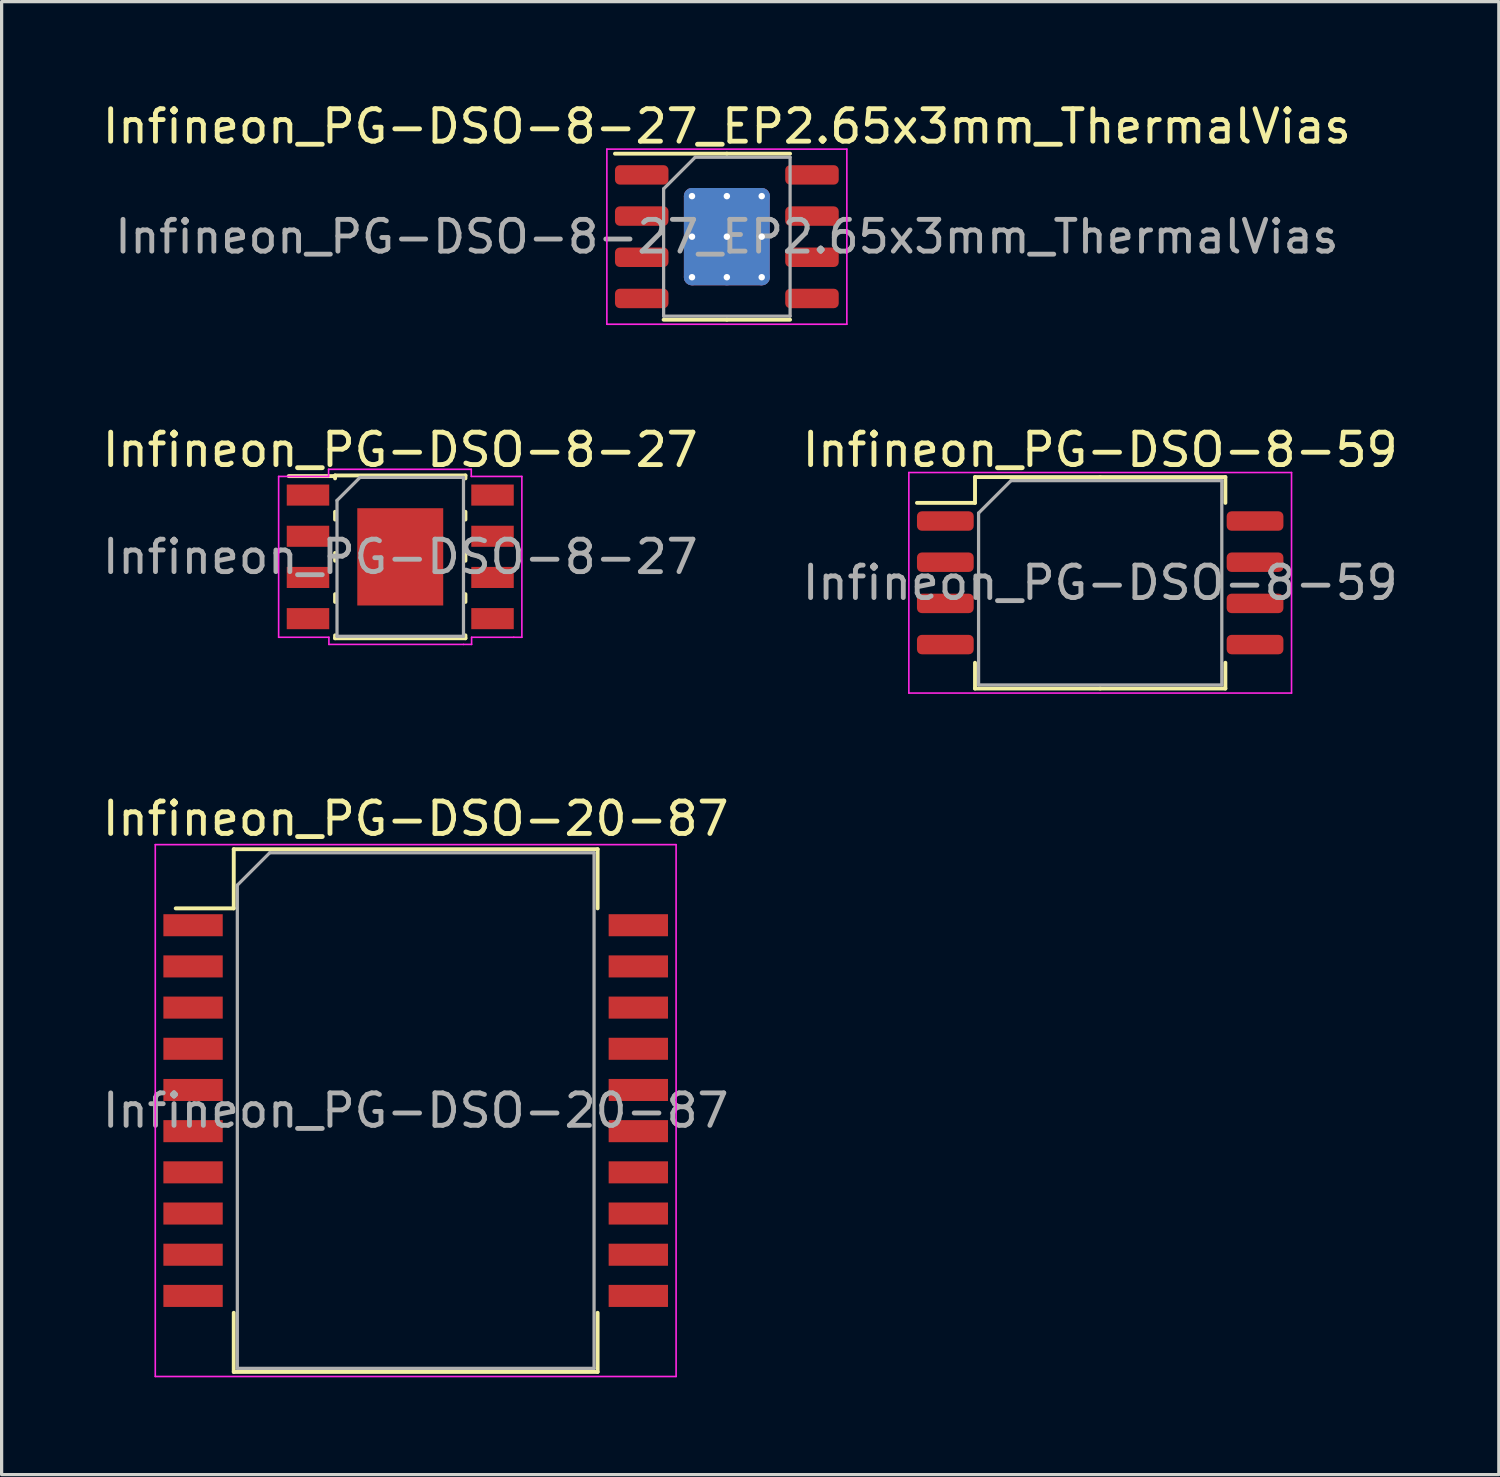
<source format=kicad_pcb>
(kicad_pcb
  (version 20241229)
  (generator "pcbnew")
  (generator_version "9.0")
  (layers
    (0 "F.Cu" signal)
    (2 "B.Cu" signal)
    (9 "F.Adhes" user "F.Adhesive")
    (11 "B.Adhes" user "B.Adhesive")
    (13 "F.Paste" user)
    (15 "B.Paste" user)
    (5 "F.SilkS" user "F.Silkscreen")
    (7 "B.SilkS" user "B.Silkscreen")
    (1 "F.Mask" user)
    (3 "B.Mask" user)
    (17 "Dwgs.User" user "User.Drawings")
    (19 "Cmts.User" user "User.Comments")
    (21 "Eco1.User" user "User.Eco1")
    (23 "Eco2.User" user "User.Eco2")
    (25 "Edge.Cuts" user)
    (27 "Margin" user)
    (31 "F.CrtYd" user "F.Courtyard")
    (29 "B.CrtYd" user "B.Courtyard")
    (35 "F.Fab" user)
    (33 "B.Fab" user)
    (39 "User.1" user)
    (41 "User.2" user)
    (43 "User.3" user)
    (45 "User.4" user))
  (footprint "Infineon_PG-DSO-8-27"
    (layer "F.Cu")
    (at 9.292 14.121)
    (property "Reference" "Infineon_PG-DSO-8-27" (at 0 -3.3 0) (layer "F.SilkS") (effects (font (size 1 1) (thickness 0.15))))
    (attr smd)
    (fp_line (start -3.44 -2.49) (end -2.05 -2.49) (stroke (width 0.12) (type solid)) (layer "F.SilkS"))
    (fp_line (start -2.01 -2.51) (end -2.01 -2.42) (stroke (width 0.12) (type solid)) (layer "F.SilkS"))
    (fp_line (start -2.01 -2.51) (end 2.01 -2.51) (stroke (width 0.12) (type solid)) (layer "F.SilkS"))
    (fp_line (start -2.01 -1.39) (end -2.01 -1.15) (stroke (width 0.12) (type solid)) (layer "F.SilkS"))
    (fp_line (start -2.01 -0.12) (end -2.01 0.12) (stroke (width 0.12) (type solid)) (layer "F.SilkS"))
    (fp_line (start -2.01 1.15) (end -2.01 1.39) (stroke (width 0.12) (type solid)) (layer "F.SilkS"))
    (fp_line (start -2.01 2.51) (end -2.01 2.42) (stroke (width 0.12) (type solid)) (layer "F.SilkS"))
    (fp_line (start -2.01 2.51) (end 2.01 2.51) (stroke (width 0.12) (type solid)) (layer "F.SilkS"))
    (fp_line (start 2.01 -2.51) (end 2.01 -2.42) (stroke (width 0.12) (type solid)) (layer "F.SilkS"))
    (fp_line (start 2.01 -1.39) (end 2.01 -1.15) (stroke (width 0.12) (type solid)) (layer "F.SilkS"))
    (fp_line (start 2.01 -0.12) (end 2.01 0.12) (stroke (width 0.12) (type solid)) (layer "F.SilkS"))
    (fp_line (start 2.01 1.15) (end 2.01 1.39) (stroke (width 0.12) (type solid)) (layer "F.SilkS"))
    (fp_line (start 2.01 2.51) (end 2.01 2.42) (stroke (width 0.12) (type solid)) (layer "F.SilkS"))
    (fp_line (start -3.75 -2.48) (end -3.75 2.48) (stroke (width 0.05) (type solid)) (layer "F.CrtYd"))
    (fp_line (start -3.75 -2.48) (end -2.21 -2.48) (stroke (width 0.05) (type solid)) (layer "F.CrtYd"))
    (fp_line (start -3.75 2.48) (end -2.2 2.48) (stroke (width 0.05) (type solid)) (layer "F.CrtYd"))
    (fp_line (start -2.21 -2.48) (end -2.21 -2.7) (stroke (width 0.05) (type solid)) (layer "F.CrtYd"))
    (fp_line (start -2.2 2.48) (end -2.2 2.7) (stroke (width 0.05) (type solid)) (layer "F.CrtYd"))
    (fp_line (start -2.2 2.7) (end 1.95 2.7) (stroke (width 0.05) (type solid)) (layer "F.CrtYd"))
    (fp_line (start 1.95 2.7) (end 2.2 2.7) (stroke (width 0.05) (type solid)) (layer "F.CrtYd"))
    (fp_line (start 2.19 -2.7) (end -2.21 -2.7) (stroke (width 0.05) (type solid)) (layer "F.CrtYd"))
    (fp_line (start 2.19 -2.48) (end 2.19 -2.7) (stroke (width 0.05) (type solid)) (layer "F.CrtYd"))
    (fp_line (start 2.2 2.7) (end 2.2 2.48) (stroke (width 0.05) (type solid)) (layer "F.CrtYd"))
    (fp_line (start 3.5 2.48) (end 2.2 2.48) (stroke (width 0.05) (type solid)) (layer "F.CrtYd"))
    (fp_line (start 3.5 2.48) (end 3.75 2.48) (stroke (width 0.05) (type solid)) (layer "F.CrtYd"))
    (fp_line (start 3.75 -2.48) (end 2.19 -2.48) (stroke (width 0.05) (type solid)) (layer "F.CrtYd"))
    (fp_line (start 3.75 2.48) (end 3.75 -2.48) (stroke (width 0.05) (type solid)) (layer "F.CrtYd"))
    (fp_line (start -1.95 -1.74) (end -1.24 -2.45) (stroke (width 0.1) (type solid)) (layer "F.Fab"))
    (fp_line (start -1.95 2.45) (end -1.95 -1.74) (stroke (width 0.1) (type solid)) (layer "F.Fab"))
    (fp_line (start -1.95 2.45) (end 1.95 2.45) (stroke (width 0.1) (type solid)) (layer "F.Fab"))
    (fp_line (start -1.24 -2.45) (end 1.95 -2.45) (stroke (width 0.1) (type solid)) (layer "F.Fab"))
    (fp_line (start 1.95 -2.45) (end 1.95 2.45) (stroke (width 0.1) (type solid)) (layer "F.Fab"))
    (fp_text user "${REFERENCE}" (at 0 0 180) (layer "F.Fab") (effects (font (size 1 1) (thickness 0.15))))
    (pad "1" smd rect (at -2.845 -1.905) (size 1.31 0.65) (layers "F.Cu" "F.Mask" "F.Paste"))
    (pad "2" smd rect (at -2.845 -0.635) (size 1.31 0.65) (layers "F.Cu" "F.Mask" "F.Paste"))
    (pad "3" smd rect (at -2.845 0.635) (size 1.31 0.65) (layers "F.Cu" "F.Mask" "F.Paste"))
    (pad "4" smd rect (at -2.845 1.905) (size 1.31 0.65) (layers "F.Cu" "F.Mask" "F.Paste"))
    (pad "5" smd rect (at 2.845 1.905) (size 1.31 0.65) (layers "F.Cu" "F.Mask" "F.Paste"))
    (pad "6" smd rect (at 2.845 0.635) (size 1.31 0.65) (layers "F.Cu" "F.Mask" "F.Paste"))
    (pad "7" smd rect (at 2.845 -0.635) (size 1.31 0.65) (layers "F.Cu" "F.Mask" "F.Paste"))
    (pad "8" smd rect (at 2.845 -1.905) (size 1.31 0.65) (layers "F.Cu" "F.Mask" "F.Paste"))
    (pad "9" smd rect (at 0 0) (size 2.65 3) (layers "F.Cu" "F.Mask" "F.Paste")))
  (footprint "Infineon_PG-DSO-8-59"
    (layer "F.Cu")
    (at 30.875 14.921)
    (property "Reference" "Infineon_PG-DSO-8-59" (at 0 -4.1 0) (layer "F.SilkS") (effects (font (size 1 1) (thickness 0.15))))
    (attr smd)
    (fp_line (start -3.86 -3.26) (end -3.86 -2.465) (stroke (width 0.12) (type solid)) (layer "F.SilkS"))
    (fp_line (start -3.86 -2.465) (end -5.65 -2.465) (stroke (width 0.12) (type solid)) (layer "F.SilkS"))
    (fp_line (start -3.86 3.26) (end -3.86 2.465) (stroke (width 0.12) (type solid)) (layer "F.SilkS"))
    (fp_line (start 0 -3.26) (end -3.86 -3.26) (stroke (width 0.12) (type solid)) (layer "F.SilkS"))
    (fp_line (start 0 -3.26) (end 3.86 -3.26) (stroke (width 0.12) (type solid)) (layer "F.SilkS"))
    (fp_line (start 0 3.26) (end -3.86 3.26) (stroke (width 0.12) (type solid)) (layer "F.SilkS"))
    (fp_line (start 0 3.26) (end 3.86 3.26) (stroke (width 0.12) (type solid)) (layer "F.SilkS"))
    (fp_line (start 3.86 -3.26) (end 3.86 -2.465) (stroke (width 0.12) (type solid)) (layer "F.SilkS"))
    (fp_line (start 3.86 3.26) (end 3.86 2.465) (stroke (width 0.12) (type solid)) (layer "F.SilkS"))
    (fp_line (start -5.9 -3.4) (end -5.9 3.4) (stroke (width 0.05) (type solid)) (layer "F.CrtYd"))
    (fp_line (start -5.9 3.4) (end 5.9 3.4) (stroke (width 0.05) (type solid)) (layer "F.CrtYd"))
    (fp_line (start 5.9 -3.4) (end -5.9 -3.4) (stroke (width 0.05) (type solid)) (layer "F.CrtYd"))
    (fp_line (start 5.9 3.4) (end 5.9 -3.4) (stroke (width 0.05) (type solid)) (layer "F.CrtYd"))
    (fp_line (start -3.75 -2.15) (end -2.75 -3.15) (stroke (width 0.1) (type solid)) (layer "F.Fab"))
    (fp_line (start -3.75 3.15) (end -3.75 -2.15) (stroke (width 0.1) (type solid)) (layer "F.Fab"))
    (fp_line (start -2.75 -3.15) (end 3.75 -3.15) (stroke (width 0.1) (type solid)) (layer "F.Fab"))
    (fp_line (start 3.75 -3.15) (end 3.75 3.15) (stroke (width 0.1) (type solid)) (layer "F.Fab"))
    (fp_line (start 3.75 3.15) (end -3.75 3.15) (stroke (width 0.1) (type solid)) (layer "F.Fab"))
    (fp_text user "${REFERENCE}" (at 0 0 0) (layer "F.Fab") (effects (font (size 1 1) (thickness 0.15))))
    (pad "1" smd roundrect (at -4.775 -1.905) (size 1.75 0.6) (layers "F.Cu" "F.Mask" "F.Paste") (roundrect_rratio 0.25))
    (pad "2" smd roundrect (at -4.775 -0.635) (size 1.75 0.6) (layers "F.Cu" "F.Mask" "F.Paste") (roundrect_rratio 0.25))
    (pad "3" smd roundrect (at -4.775 0.635) (size 1.75 0.6) (layers "F.Cu" "F.Mask" "F.Paste") (roundrect_rratio 0.25))
    (pad "4" smd roundrect (at -4.775 1.905) (size 1.75 0.6) (layers "F.Cu" "F.Mask" "F.Paste") (roundrect_rratio 0.25))
    (pad "5" smd roundrect (at 4.775 1.905) (size 1.75 0.6) (layers "F.Cu" "F.Mask" "F.Paste") (roundrect_rratio 0.25))
    (pad "6" smd roundrect (at 4.775 0.635) (size 1.75 0.6) (layers "F.Cu" "F.Mask" "F.Paste") (roundrect_rratio 0.25))
    (pad "7" smd roundrect (at 4.775 -0.635) (size 1.75 0.6) (layers "F.Cu" "F.Mask" "F.Paste") (roundrect_rratio 0.25))
    (pad "8" smd roundrect (at 4.775 -1.905) (size 1.75 0.6) (layers "F.Cu" "F.Mask" "F.Paste") (roundrect_rratio 0.25)))
  (footprint "Infineon_PG-DSO-20-87"
    (layer "F.Cu")
    (at 9.768 31.195)
    (property "Reference" "Infineon_PG-DSO-20-87" (at 0 -9 0) (layer "F.SilkS") (effects (font (size 1 1) (thickness 0.15))))
    (attr smd)
    (fp_line (start -7.4 -6.235) (end -5.61 -6.235) (stroke (width 0.12) (type solid)) (layer "F.SilkS"))
    (fp_line (start -5.61 -8.06) (end 5.61 -8.06) (stroke (width 0.12) (type solid)) (layer "F.SilkS"))
    (fp_line (start -5.61 -6.235) (end -5.61 -8.06) (stroke (width 0.12) (type solid)) (layer "F.SilkS"))
    (fp_line (start -5.61 6.235) (end -5.61 8.06) (stroke (width 0.12) (type solid)) (layer "F.SilkS"))
    (fp_line (start 5.61 -6.235) (end 5.61 -8.06) (stroke (width 0.12) (type solid)) (layer "F.SilkS"))
    (fp_line (start 5.61 6.235) (end 5.61 8.06) (stroke (width 0.12) (type solid)) (layer "F.SilkS"))
    (fp_line (start 5.61 8.06) (end -5.61 8.06) (stroke (width 0.12) (type solid)) (layer "F.SilkS"))
    (fp_line (start -8.03 -8.2) (end 8.03 -8.2) (stroke (width 0.05) (type solid)) (layer "F.CrtYd"))
    (fp_line (start -8.03 8.2) (end -8.03 -8.2) (stroke (width 0.05) (type solid)) (layer "F.CrtYd"))
    (fp_line (start -8.03 8.2) (end 8.03 8.2) (stroke (width 0.05) (type solid)) (layer "F.CrtYd"))
    (fp_line (start 8.03 8.2) (end 8.03 -8.2) (stroke (width 0.05) (type solid)) (layer "F.CrtYd"))
    (fp_line (start -5.5 -6.95) (end -4.5 -7.95) (stroke (width 0.1) (type solid)) (layer "F.Fab"))
    (fp_line (start -5.5 7.95) (end -5.5 -6.95) (stroke (width 0.1) (type solid)) (layer "F.Fab"))
    (fp_line (start -4.5 -7.95) (end 5.5 -7.95) (stroke (width 0.1) (type solid)) (layer "F.Fab"))
    (fp_line (start 5.5 -7.95) (end 5.5 7.95) (stroke (width 0.1) (type solid)) (layer "F.Fab"))
    (fp_line (start 5.5 7.95) (end -5.5 7.95) (stroke (width 0.1) (type solid)) (layer "F.Fab"))
    (fp_text user "${REFERENCE}" (at 0 0 0) (layer "F.Fab") (effects (font (size 1 1) (thickness 0.15))))
    (pad "" smd rect (at 6.865 -5.715) (size 1.83 0.68) (layers "F.Cu" "F.Mask" "F.Paste"))
    (pad "" smd rect (at 6.865 -4.445) (size 1.83 0.68) (layers "F.Cu" "F.Mask" "F.Paste"))
    (pad "" smd rect (at 6.865 4.445) (size 1.83 0.68) (layers "F.Cu" "F.Mask" "F.Paste"))
    (pad "" smd rect (at 6.865 5.715) (size 1.83 0.68) (layers "F.Cu" "F.Mask" "F.Paste"))
    (pad "D" smd rect (at 6.865 -3.175) (size 1.83 0.68) (layers "F.Cu" "F.Mask" "F.Paste"))
    (pad "D" smd rect (at 6.865 -1.905) (size 1.83 0.68) (layers "F.Cu" "F.Mask" "F.Paste"))
    (pad "D" smd rect (at 6.865 -0.635) (size 1.83 0.68) (layers "F.Cu" "F.Mask" "F.Paste"))
    (pad "D" smd rect (at 6.865 0.635) (size 1.83 0.68) (layers "F.Cu" "F.Mask" "F.Paste"))
    (pad "D" smd rect (at 6.865 1.905) (size 1.83 0.68) (layers "F.Cu" "F.Mask" "F.Paste"))
    (pad "D" smd rect (at 6.865 3.175) (size 1.83 0.68) (layers "F.Cu" "F.Mask" "F.Paste"))
    (pad "G" smd rect (at -6.865 4.445) (size 1.83 0.68) (layers "F.Cu" "F.Mask" "F.Paste"))
    (pad "G" smd rect (at -6.865 5.715) (size 1.83 0.68) (layers "F.Cu" "F.Mask" "F.Paste"))
    (pad "S" smd rect (at -6.865 -5.715) (size 1.83 0.68) (layers "F.Cu" "F.Mask" "F.Paste"))
    (pad "S" smd rect (at -6.865 -4.445) (size 1.83 0.68) (layers "F.Cu" "F.Mask" "F.Paste"))
    (pad "S" smd rect (at -6.865 -3.175) (size 1.83 0.68) (layers "F.Cu" "F.Mask" "F.Paste"))
    (pad "S" smd rect (at -6.865 -1.905) (size 1.83 0.68) (layers "F.Cu" "F.Mask" "F.Paste"))
    (pad "S" smd rect (at -6.865 -0.635) (size 1.83 0.68) (layers "F.Cu" "F.Mask" "F.Paste"))
    (pad "S" smd rect (at -6.865 0.635) (size 1.83 0.68) (layers "F.Cu" "F.Mask" "F.Paste"))
    (pad "S" smd rect (at -6.865 1.905) (size 1.83 0.68) (layers "F.Cu" "F.Mask" "F.Paste"))
    (pad "SS" smd rect (at -6.865 3.175) (size 1.83 0.68) (layers "F.Cu" "F.Mask" "F.Paste")))
  (footprint "Infineon_PG-DSO-8-27_EP2.65x3mm_ThermalVias"
    (layer "F.Cu")
    (at 19.363 4.248)
    (property "Reference" "Infineon_PG-DSO-8-27_EP2.65x3mm_ThermalVias" (at 0 -3.4 0) (layer "F.SilkS") (effects (font (size 1 1) (thickness 0.15))))
    (attr smd)
    (fp_line (start 0 -2.56) (end -3.45 -2.56) (stroke (width 0.12) (type solid)) (layer "F.SilkS"))
    (fp_line (start 0 -2.56) (end 1.95 -2.56) (stroke (width 0.12) (type solid)) (layer "F.SilkS"))
    (fp_line (start 0 2.56) (end -1.95 2.56) (stroke (width 0.12) (type solid)) (layer "F.SilkS"))
    (fp_line (start 0 2.56) (end 1.95 2.56) (stroke (width 0.12) (type solid)) (layer "F.SilkS"))
    (fp_line (start -3.7 -2.7) (end -3.7 2.7) (stroke (width 0.05) (type solid)) (layer "F.CrtYd"))
    (fp_line (start -3.7 2.7) (end 3.7 2.7) (stroke (width 0.05) (type solid)) (layer "F.CrtYd"))
    (fp_line (start 3.7 -2.7) (end -3.7 -2.7) (stroke (width 0.05) (type solid)) (layer "F.CrtYd"))
    (fp_line (start 3.7 2.7) (end 3.7 -2.7) (stroke (width 0.05) (type solid)) (layer "F.CrtYd"))
    (fp_line (start -1.95 -1.475) (end -0.975 -2.45) (stroke (width 0.1) (type solid)) (layer "F.Fab"))
    (fp_line (start -1.95 2.45) (end -1.95 -1.475) (stroke (width 0.1) (type solid)) (layer "F.Fab"))
    (fp_line (start -0.975 -2.45) (end 1.95 -2.45) (stroke (width 0.1) (type solid)) (layer "F.Fab"))
    (fp_line (start 1.95 -2.45) (end 1.95 2.45) (stroke (width 0.1) (type solid)) (layer "F.Fab"))
    (fp_line (start 1.95 2.45) (end -1.95 2.45) (stroke (width 0.1) (type solid)) (layer "F.Fab"))
    (fp_text user "${REFERENCE}" (at 0 0 0) (layer "F.Fab") (effects (font (size 0.98 0.98) (thickness 0.15))))
    (pad "" smd roundrect (at -0.66 -0.75) (size 1.11 1.25) (layers "F.Paste") (roundrect_rratio 0.225))
    (pad "" smd roundrect (at -0.66 0.75) (size 1.11 1.25) (layers "F.Paste") (roundrect_rratio 0.225))
    (pad "" smd roundrect (at 0.66 -0.75) (size 1.11 1.25) (layers "F.Paste") (roundrect_rratio 0.225))
    (pad "" smd roundrect (at 0.66 0.75) (size 1.11 1.25) (layers "F.Paste") (roundrect_rratio 0.225))
    (pad "1" smd roundrect (at -2.625 -1.905) (size 1.65 0.6) (layers "F.Cu" "F.Mask" "F.Paste") (roundrect_rratio 0.25))
    (pad "2" smd roundrect (at -2.625 -0.635) (size 1.65 0.6) (layers "F.Cu" "F.Mask" "F.Paste") (roundrect_rratio 0.25))
    (pad "3" smd roundrect (at -2.625 0.635) (size 1.65 0.6) (layers "F.Cu" "F.Mask" "F.Paste") (roundrect_rratio 0.25))
    (pad "4" smd roundrect (at -2.625 1.905) (size 1.65 0.6) (layers "F.Cu" "F.Mask" "F.Paste") (roundrect_rratio 0.25))
    (pad "5" smd roundrect (at 2.625 1.905) (size 1.65 0.6) (layers "F.Cu" "F.Mask" "F.Paste") (roundrect_rratio 0.25))
    (pad "6" smd roundrect (at 2.625 0.635) (size 1.65 0.6) (layers "F.Cu" "F.Mask" "F.Paste") (roundrect_rratio 0.25))
    (pad "7" smd roundrect (at 2.625 -0.635) (size 1.65 0.6) (layers "F.Cu" "F.Mask" "F.Paste") (roundrect_rratio 0.25))
    (pad "8" smd roundrect (at 2.625 -1.905) (size 1.65 0.6) (layers "F.Cu" "F.Mask" "F.Paste") (roundrect_rratio 0.25))
    (pad "9" thru_hole circle (at -1.075 -1.25) (size 0.5 0.5) (drill 0.2) (layers "*.Cu"))
    (pad "9" thru_hole circle (at -1.075 0) (size 0.5 0.5) (drill 0.2) (layers "*.Cu"))
    (pad "9" thru_hole circle (at -1.075 1.25) (size 0.5 0.5) (drill 0.2) (layers "*.Cu"))
    (pad "9" thru_hole circle (at 0 -1.25) (size 0.5 0.5) (drill 0.2) (layers "*.Cu"))
    (pad "9" thru_hole circle (at 0 0) (size 0.5 0.5) (drill 0.2) (layers "*.Cu"))
    (pad "9" smd roundrect (at 0 0) (size 2.65 3) (layers "F.Cu" "F.Mask") (roundrect_rratio 0.094))
    (pad "9" smd roundrect (at 0 0) (size 2.65 3) (layers "B.Cu") (roundrect_rratio 0.094))
    (pad "9" thru_hole circle (at 0 1.25) (size 0.5 0.5) (drill 0.2) (layers "*.Cu"))
    (pad "9" thru_hole circle (at 1.075 -1.25) (size 0.5 0.5) (drill 0.2) (layers "*.Cu"))
    (pad "9" thru_hole circle (at 1.075 0) (size 0.5 0.5) (drill 0.2) (layers "*.Cu"))
    (pad "9" thru_hole circle (at 1.075 1.25) (size 0.5 0.5) (drill 0.2) (layers "*.Cu")))
  (gr_rect
    (start -3 -3)
    (end 43.167 42.42)
    (stroke (width 0.1) (type default))
    (fill no)
    (layer "Edge.Cuts")))
</source>
